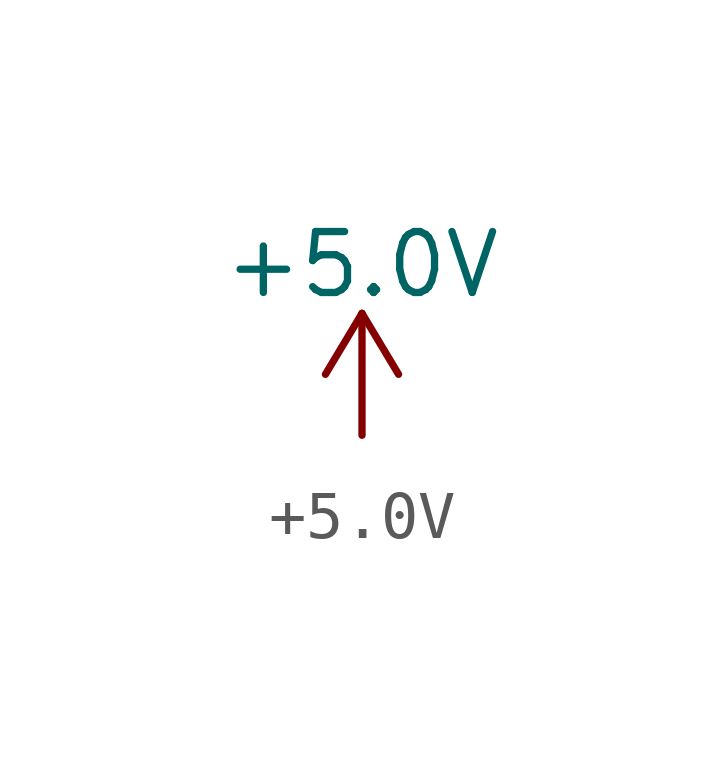
<source format=kicad_sym>
(kicad_symbol_lib
  (version 20220914)
  (generator kicad_symbol_editor)
  (symbol "+5.0V"
    (power)
    (pin_names
      (offset 0))
    (property "Reference" "#PWR"
      (at 0 -3.81 0)
      (effects (font (size 1.27 1.27)) hide))
    (property "Value" "+5.0V"
      (at 0 3.556 0)
      (effects (font (size 1.27 1.27))))
    (symbol "+5.0V_0_1"
      (polyline (pts (xy -0.762 1.27) (xy 0 2.54)) (stroke (width 0) (type default)) (fill (type none)))
      (polyline (pts (xy 0 0) (xy 0 2.54)) (stroke (width 0) (type default)) (fill (type none)))
      (polyline (pts (xy 0 2.54) (xy 0.762 1.27)) (stroke (width 0) (type default)) (fill (type none))))
    (symbol "+5.0V_1_1"
      (pin power_in line (at 0 0 90) (length 0) hide (name "+5.0V" (effects (font (size 1.27 1.27)))) (number "1" (effects (font (size 1.27 1.27))))))))
</source>
